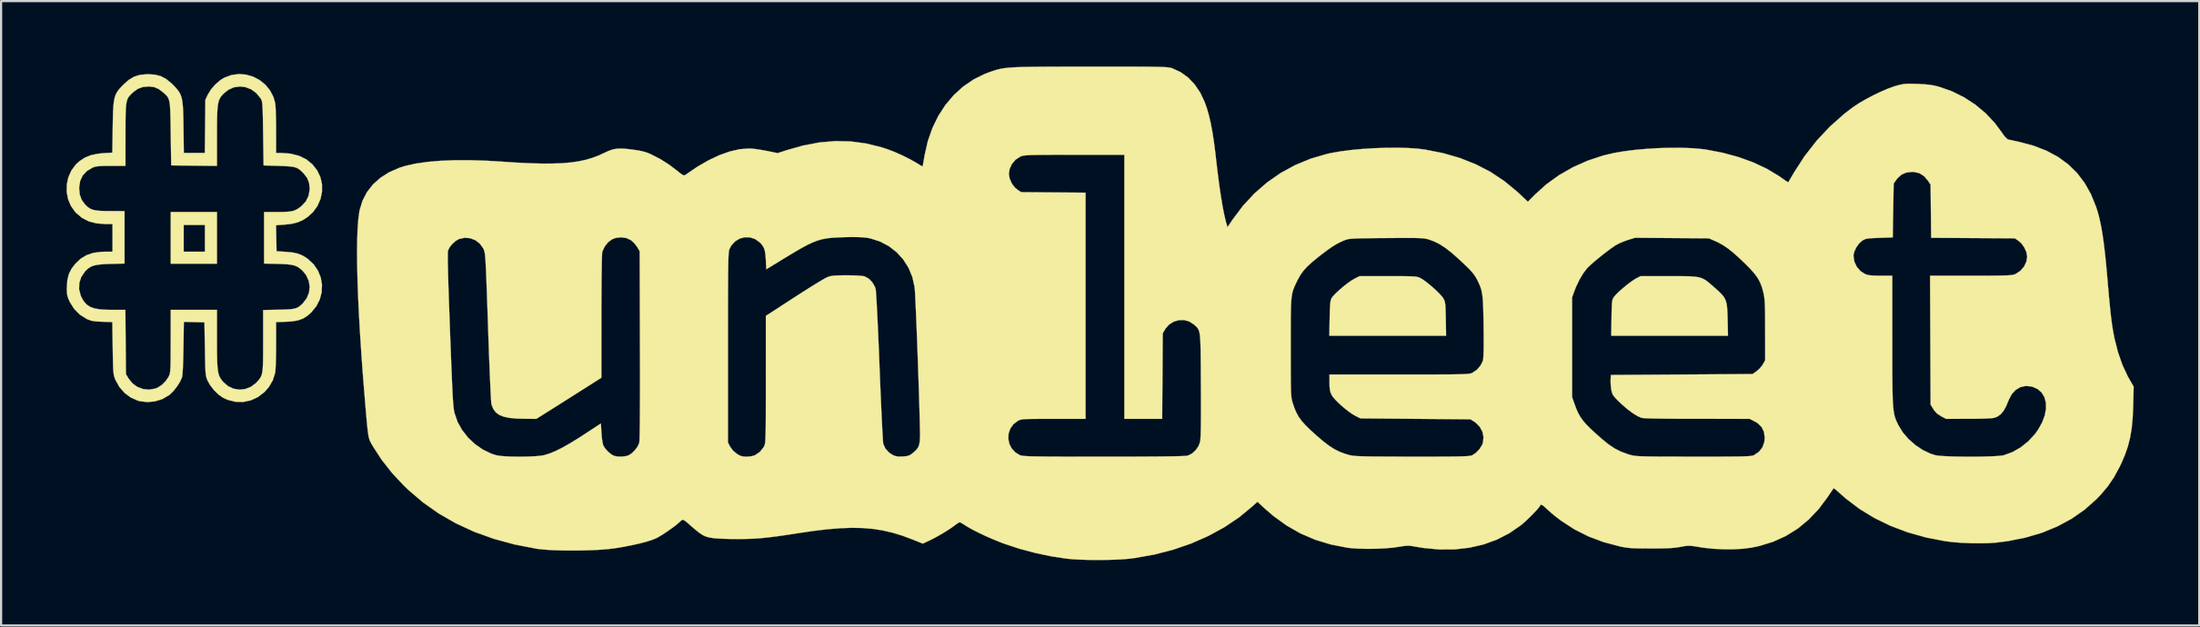
<source format=kicad_pcb>
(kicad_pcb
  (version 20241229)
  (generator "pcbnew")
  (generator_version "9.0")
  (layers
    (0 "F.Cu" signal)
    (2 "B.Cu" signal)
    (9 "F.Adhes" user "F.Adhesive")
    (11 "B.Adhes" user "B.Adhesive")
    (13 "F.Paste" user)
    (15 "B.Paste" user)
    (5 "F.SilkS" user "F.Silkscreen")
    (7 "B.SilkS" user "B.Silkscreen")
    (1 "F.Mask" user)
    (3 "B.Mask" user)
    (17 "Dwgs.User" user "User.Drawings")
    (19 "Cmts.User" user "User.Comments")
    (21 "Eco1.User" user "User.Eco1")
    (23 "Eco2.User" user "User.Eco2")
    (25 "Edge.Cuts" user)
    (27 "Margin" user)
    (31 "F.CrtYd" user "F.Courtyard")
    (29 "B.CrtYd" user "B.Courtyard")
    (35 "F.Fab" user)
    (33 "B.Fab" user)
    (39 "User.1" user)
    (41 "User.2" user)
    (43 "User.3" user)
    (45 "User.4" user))
  (footprint "F.Silk_g8169"
    (layer "F.Cu")
    (at 46.174 20.006)
    (property "Reference" "F.Silk_g8169" (at 0 0 0) (layer "F.SilkS") (effects (font (size 1.524 1.524) (thickness 0.3))))
    (attr through_hole)
    (fp_poly (pts (xy -39.285 -10.964) (xy -41.402 -10.964) (xy -41.402 -12.742) (xy -40.809 -12.742) (xy -40.809 -11.515) (xy -39.836 -11.515) (xy -39.836 -12.742) (xy -40.809 -12.742) (xy -41.402 -12.742) (xy -41.402 -13.335) (xy -39.285 -13.335) (xy -39.285 -10.964)) (stroke (width 0.01) (type solid)) (fill yes) (layer "F.SilkS"))
    (fp_poly (pts (xy 27.951 -10.391) (xy 28.208 -10.385) (xy 28.413 -10.37) (xy 28.579 -10.346) (xy 28.718 -10.308) (xy 28.839 -10.253) (xy 28.955 -10.18) (xy 29.077 -10.084) (xy 29.217 -9.963) (xy 29.336 -9.858) (xy 29.52 -9.692) (xy 29.659 -9.554) (xy 29.76 -9.426) (xy 29.829 -9.292) (xy 29.874 -9.137) (xy 29.9 -8.944) (xy 29.914 -8.697) (xy 29.922 -8.414) (xy 29.939 -7.662) (xy 24.591 -7.662) (xy 24.604 -8.481) (xy 24.609 -8.765) (xy 24.615 -8.977) (xy 24.623 -9.131) (xy 24.634 -9.241) (xy 24.652 -9.318) (xy 24.676 -9.377) (xy 24.708 -9.431) (xy 24.717 -9.444) (xy 24.81 -9.552) (xy 24.954 -9.693) (xy 25.13 -9.848) (xy 25.32 -10.004) (xy 25.505 -10.144) (xy 25.665 -10.252) (xy 25.727 -10.287) (xy 25.929 -10.393) (xy 27.241 -10.393) (xy 27.633 -10.393) (xy 27.951 -10.391)) (stroke (width 0.01) (type solid)) (fill yes) (layer "F.SilkS"))
    (fp_poly (pts (xy 14.741 -10.393) (xy 15.034 -10.392) (xy 15.263 -10.389) (xy 15.438 -10.385) (xy 15.568 -10.378) (xy 15.663 -10.367) (xy 15.734 -10.352) (xy 15.79 -10.333) (xy 15.842 -10.309) (xy 15.863 -10.297) (xy 16.006 -10.207) (xy 16.181 -10.076) (xy 16.369 -9.92) (xy 16.553 -9.755) (xy 16.715 -9.596) (xy 16.838 -9.46) (xy 16.891 -9.386) (xy 16.929 -9.318) (xy 16.957 -9.252) (xy 16.976 -9.172) (xy 16.99 -9.064) (xy 16.999 -8.915) (xy 17.005 -8.709) (xy 17.011 -8.435) (xy 17.025 -7.662) (xy 11.677 -7.662) (xy 11.691 -8.456) (xy 11.698 -8.747) (xy 11.706 -8.967) (xy 11.717 -9.128) (xy 11.732 -9.243) (xy 11.753 -9.325) (xy 11.78 -9.387) (xy 11.857 -9.489) (xy 11.987 -9.624) (xy 12.153 -9.777) (xy 12.338 -9.934) (xy 12.526 -10.081) (xy 12.699 -10.201) (xy 12.827 -10.276) (xy 13.06 -10.393) (xy 14.372 -10.393) (xy 14.741 -10.393)) (stroke (width 0.01) (type solid)) (fill yes) (layer "F.SilkS"))
    (fp_poly (pts (xy -37.95 -19.634) (xy -37.629 -19.541) (xy -37.334 -19.387) (xy -37.073 -19.177) (xy -36.857 -18.917) (xy -36.699 -18.613) (xy -36.619 -18.334) (xy -36.607 -18.227) (xy -36.596 -18.051) (xy -36.587 -17.82) (xy -36.58 -17.55) (xy -36.577 -17.256) (xy -36.576 -17.076) (xy -36.576 -16.044) (xy -36.354 -16.043) (xy -35.912 -16.01) (xy -35.526 -15.912) (xy -35.193 -15.75) (xy -34.914 -15.523) (xy -34.695 -15.244) (xy -34.546 -14.932) (xy -34.472 -14.601) (xy -34.472 -14.263) (xy -34.542 -13.93) (xy -34.68 -13.616) (xy -34.883 -13.333) (xy -35.115 -13.12) (xy -35.349 -12.966) (xy -35.591 -12.86) (xy -35.864 -12.793) (xy -36.173 -12.758) (xy -36.578 -12.73) (xy -36.567 -12.133) (xy -36.555 -11.536) (xy -36.132 -11.509) (xy -35.833 -11.481) (xy -35.594 -11.431) (xy -35.389 -11.352) (xy -35.194 -11.237) (xy -35.114 -11.179) (xy -34.85 -10.93) (xy -34.655 -10.642) (xy -34.529 -10.327) (xy -34.473 -9.995) (xy -34.488 -9.659) (xy -34.574 -9.328) (xy -34.733 -9.016) (xy -34.958 -8.739) (xy -35.153 -8.567) (xy -35.352 -8.445) (xy -35.576 -8.366) (xy -35.845 -8.321) (xy -36.1 -8.305) (xy -36.576 -8.288) (xy -36.576 -7.24) (xy -36.578 -6.936) (xy -36.583 -6.648) (xy -36.59 -6.389) (xy -36.6 -6.176) (xy -36.611 -6.024) (xy -36.619 -5.964) (xy -36.726 -5.622) (xy -36.908 -5.308) (xy -37.112 -5.077) (xy -37.41 -4.85) (xy -37.736 -4.699) (xy -38.08 -4.626) (xy -38.433 -4.633) (xy -38.784 -4.72) (xy -39.004 -4.819) (xy -39.217 -4.968) (xy -39.426 -5.174) (xy -39.606 -5.412) (xy -39.705 -5.588) (xy -39.736 -5.657) (xy -39.761 -5.722) (xy -39.781 -5.794) (xy -39.796 -5.883) (xy -39.807 -6.001) (xy -39.816 -6.157) (xy -39.822 -6.363) (xy -39.828 -6.631) (xy -39.834 -6.97) (xy -39.836 -7.048) (xy -39.857 -8.276) (xy -40.33 -8.288) (xy -40.802 -8.3) (xy -40.82 -7.103) (xy -40.828 -6.701) (xy -40.838 -6.361) (xy -40.851 -6.089) (xy -40.866 -5.89) (xy -40.883 -5.769) (xy -40.888 -5.75) (xy -40.977 -5.552) (xy -41.115 -5.335) (xy -41.278 -5.129) (xy -41.447 -4.963) (xy -41.491 -4.929) (xy -41.792 -4.757) (xy -42.127 -4.653) (xy -42.476 -4.62) (xy -42.819 -4.662) (xy -42.904 -4.685) (xy -43.231 -4.828) (xy -43.519 -5.042) (xy -43.758 -5.317) (xy -43.938 -5.644) (xy -43.95 -5.673) (xy -43.977 -5.746) (xy -43.999 -5.822) (xy -44.016 -5.909) (xy -44.029 -6.02) (xy -44.039 -6.166) (xy -44.046 -6.358) (xy -44.052 -6.608) (xy -44.057 -6.925) (xy -44.06 -7.097) (xy -44.077 -8.288) (xy -44.549 -8.305) (xy -44.771 -8.316) (xy -44.934 -8.332) (xy -45.06 -8.358) (xy -45.176 -8.399) (xy -45.264 -8.439) (xy -45.569 -8.633) (xy -45.825 -8.891) (xy -46.022 -9.203) (xy -46.029 -9.219) (xy -46.096 -9.369) (xy -46.136 -9.493) (xy -46.156 -9.623) (xy -46.162 -9.791) (xy -46.162 -9.792) (xy -45.601 -9.792) (xy -45.526 -9.503) (xy -45.49 -9.422) (xy -45.382 -9.236) (xy -45.255 -9.093) (xy -45.098 -8.987) (xy -44.898 -8.915) (xy -44.645 -8.871) (xy -44.327 -8.851) (xy -44.108 -8.848) (xy -43.48 -8.848) (xy -43.468 -7.377) (xy -43.455 -5.905) (xy -43.338 -5.706) (xy -43.16 -5.482) (xy -42.934 -5.318) (xy -42.675 -5.219) (xy -42.399 -5.19) (xy -42.121 -5.237) (xy -41.999 -5.284) (xy -41.813 -5.404) (xy -41.639 -5.577) (xy -41.504 -5.773) (xy -41.483 -5.817) (xy -41.461 -5.87) (xy -41.444 -5.932) (xy -41.431 -6.011) (xy -41.42 -6.118) (xy -41.413 -6.261) (xy -41.408 -6.45) (xy -41.405 -6.695) (xy -41.404 -7.006) (xy -41.403 -7.391) (xy -41.403 -7.419) (xy -41.402 -8.848) (xy -39.285 -8.848) (xy -39.285 -7.501) (xy -39.285 -7.083) (xy -39.281 -6.74) (xy -39.274 -6.462) (xy -39.262 -6.24) (xy -39.242 -6.064) (xy -39.215 -5.924) (xy -39.177 -5.812) (xy -39.129 -5.716) (xy -39.067 -5.628) (xy -38.992 -5.538) (xy -38.988 -5.534) (xy -38.773 -5.348) (xy -38.526 -5.234) (xy -38.261 -5.19) (xy -37.994 -5.217) (xy -37.738 -5.315) (xy -37.509 -5.484) (xy -37.465 -5.529) (xy -37.389 -5.613) (xy -37.327 -5.689) (xy -37.278 -5.767) (xy -37.24 -5.855) (xy -37.212 -5.964) (xy -37.193 -6.104) (xy -37.18 -6.283) (xy -37.173 -6.513) (xy -37.17 -6.801) (xy -37.169 -7.159) (xy -37.169 -7.425) (xy -37.169 -8.841) (xy -36.46 -8.855) (xy -36.169 -8.863) (xy -35.948 -8.875) (xy -35.782 -8.895) (xy -35.654 -8.929) (xy -35.55 -8.979) (xy -35.455 -9.05) (xy -35.354 -9.145) (xy -35.346 -9.153) (xy -35.169 -9.385) (xy -35.066 -9.644) (xy -35.037 -9.916) (xy -35.082 -10.187) (xy -35.2 -10.442) (xy -35.348 -10.626) (xy -35.468 -10.736) (xy -35.584 -10.818) (xy -35.713 -10.876) (xy -35.871 -10.915) (xy -36.074 -10.939) (xy -36.338 -10.953) (xy -36.481 -10.957) (xy -37.126 -10.973) (xy -37.126 -13.335) (xy -36.511 -13.335) (xy -36.227 -13.338) (xy -36.01 -13.35) (xy -35.842 -13.374) (xy -35.705 -13.417) (xy -35.583 -13.481) (xy -35.457 -13.571) (xy -35.408 -13.611) (xy -35.211 -13.824) (xy -35.086 -14.079) (xy -35.037 -14.37) (xy -35.037 -14.413) (xy -35.064 -14.675) (xy -35.153 -14.898) (xy -35.314 -15.106) (xy -35.341 -15.134) (xy -35.446 -15.236) (xy -35.543 -15.311) (xy -35.645 -15.365) (xy -35.768 -15.401) (xy -35.929 -15.424) (xy -36.142 -15.439) (xy -36.422 -15.45) (xy -36.449 -15.451) (xy -37.148 -15.473) (xy -37.169 -16.933) (xy -37.175 -17.324) (xy -37.18 -17.64) (xy -37.186 -17.889) (xy -37.192 -18.081) (xy -37.201 -18.226) (xy -37.211 -18.331) (xy -37.224 -18.408) (xy -37.241 -18.464) (xy -37.262 -18.509) (xy -37.282 -18.542) (xy -37.479 -18.786) (xy -37.718 -18.962) (xy -37.992 -19.065) (xy -38.227 -19.09) (xy -38.508 -19.053) (xy -38.763 -18.939) (xy -38.983 -18.76) (xy -39.06 -18.679) (xy -39.122 -18.597) (xy -39.172 -18.507) (xy -39.211 -18.398) (xy -39.24 -18.262) (xy -39.26 -18.088) (xy -39.273 -17.867) (xy -39.281 -17.591) (xy -39.284 -17.249) (xy -39.285 -16.832) (xy -39.285 -16.798) (xy -39.285 -15.45) (xy -41.381 -15.473) (xy -41.402 -16.933) (xy -41.408 -17.342) (xy -41.414 -17.674) (xy -41.422 -17.941) (xy -41.433 -18.152) (xy -41.449 -18.315) (xy -41.473 -18.44) (xy -41.504 -18.536) (xy -41.546 -18.613) (xy -41.6 -18.68) (xy -41.667 -18.746) (xy -41.743 -18.814) (xy -41.954 -18.974) (xy -42.163 -19.063) (xy -42.395 -19.092) (xy -42.406 -19.092) (xy -42.678 -19.067) (xy -42.905 -18.986) (xy -43.111 -18.839) (xy -43.127 -18.825) (xy -43.216 -18.742) (xy -43.287 -18.667) (xy -43.345 -18.59) (xy -43.389 -18.501) (xy -43.422 -18.391) (xy -43.445 -18.25) (xy -43.46 -18.07) (xy -43.469 -17.84) (xy -43.474 -17.551) (xy -43.475 -17.194) (xy -43.475 -16.88) (xy -43.476 -15.452) (xy -44.143 -15.451) (xy -44.411 -15.449) (xy -44.609 -15.443) (xy -44.755 -15.431) (xy -44.862 -15.413) (xy -44.947 -15.386) (xy -44.979 -15.373) (xy -45.242 -15.215) (xy -45.432 -15.014) (xy -45.55 -14.768) (xy -45.597 -14.476) (xy -45.598 -14.422) (xy -45.57 -14.131) (xy -45.48 -13.888) (xy -45.326 -13.679) (xy -45.217 -13.574) (xy -45.108 -13.497) (xy -44.983 -13.442) (xy -44.827 -13.407) (xy -44.625 -13.388) (xy -44.362 -13.379) (xy -44.185 -13.378) (xy -43.519 -13.377) (xy -43.519 -10.973) (xy -44.164 -10.957) (xy -44.478 -10.944) (xy -44.723 -10.921) (xy -44.912 -10.884) (xy -45.062 -10.828) (xy -45.186 -10.748) (xy -45.301 -10.64) (xy -45.334 -10.604) (xy -45.503 -10.352) (xy -45.592 -10.078) (xy -45.601 -9.792) (xy -46.162 -9.792) (xy -46.161 -9.885) (xy -46.138 -10.215) (xy -46.069 -10.492) (xy -45.944 -10.74) (xy -45.781 -10.954) (xy -45.536 -11.188) (xy -45.263 -11.355) (xy -44.952 -11.461) (xy -44.589 -11.509) (xy -44.418 -11.514) (xy -44.069 -11.515) (xy -44.069 -12.785) (xy -44.399 -12.785) (xy -44.805 -12.815) (xy -45.158 -12.907) (xy -45.465 -13.065) (xy -45.734 -13.291) (xy -45.781 -13.341) (xy -45.98 -13.622) (xy -46.109 -13.936) (xy -46.169 -14.268) (xy -46.162 -14.606) (xy -46.089 -14.936) (xy -45.95 -15.244) (xy -45.747 -15.517) (xy -45.585 -15.665) (xy -45.337 -15.828) (xy -45.059 -15.94) (xy -44.733 -16.008) (xy -44.489 -16.032) (xy -44.077 -16.057) (xy -44.06 -17.225) (xy -44.053 -17.622) (xy -44.043 -17.946) (xy -44.028 -18.207) (xy -44.004 -18.416) (xy -43.969 -18.586) (xy -43.92 -18.726) (xy -43.854 -18.849) (xy -43.768 -18.964) (xy -43.66 -19.084) (xy -43.565 -19.181) (xy -43.323 -19.394) (xy -43.084 -19.537) (xy -42.825 -19.62) (xy -42.523 -19.651) (xy -42.439 -19.653) (xy -42.123 -19.632) (xy -41.855 -19.563) (xy -41.614 -19.435) (xy -41.375 -19.24) (xy -41.313 -19.181) (xy -41.186 -19.05) (xy -41.084 -18.932) (xy -41.003 -18.816) (xy -40.942 -18.69) (xy -40.896 -18.543) (xy -40.865 -18.365) (xy -40.844 -18.144) (xy -40.831 -17.868) (xy -40.822 -17.528) (xy -40.818 -17.219) (xy -40.803 -16.044) (xy -39.84 -16.044) (xy -39.827 -17.261) (xy -39.815 -18.479) (xy -39.7 -18.723) (xy -39.557 -18.956) (xy -39.359 -19.184) (xy -39.131 -19.38) (xy -38.947 -19.494) (xy -38.619 -19.616) (xy -38.283 -19.661) (xy -37.95 -19.634)) (stroke (width 0.01) (type solid)) (fill yes) (layer "F.SilkS"))
    (fp_poly (pts (xy 2.365 -20.001) (xy 2.778 -20) (xy 3.129 -19.998) (xy 3.423 -19.996) (xy 3.667 -19.993) (xy 3.867 -19.989) (xy 4.027 -19.984) (xy 4.153 -19.977) (xy 4.252 -19.97) (xy 4.329 -19.961) (xy 4.39 -19.95) (xy 4.439 -19.938) (xy 4.484 -19.923) (xy 4.487 -19.922) (xy 4.865 -19.747) (xy 5.208 -19.499) (xy 5.509 -19.182) (xy 5.765 -18.803) (xy 5.964 -18.379) (xy 6.067 -18.088) (xy 6.158 -17.771) (xy 6.24 -17.418) (xy 6.316 -17.018) (xy 6.387 -16.561) (xy 6.455 -16.037) (xy 6.497 -15.663) (xy 6.566 -15.076) (xy 6.638 -14.526) (xy 6.713 -14.024) (xy 6.789 -13.577) (xy 6.864 -13.195) (xy 6.938 -12.886) (xy 6.957 -12.819) (xy 7.01 -12.638) (xy 7.236 -12.976) (xy 7.711 -13.611) (xy 8.24 -14.182) (xy 8.818 -14.686) (xy 9.444 -15.123) (xy 10.113 -15.488) (xy 10.822 -15.78) (xy 11.568 -15.998) (xy 11.769 -16.042) (xy 12.197 -16.117) (xy 12.68 -16.178) (xy 13.199 -16.227) (xy 13.737 -16.26) (xy 14.277 -16.279) (xy 14.801 -16.282) (xy 15.291 -16.269) (xy 15.731 -16.239) (xy 16.044 -16.2) (xy 16.88 -16.036) (xy 17.658 -15.811) (xy 18.384 -15.524) (xy 19.06 -15.173) (xy 19.69 -14.755) (xy 20.279 -14.27) (xy 20.382 -14.175) (xy 20.772 -13.806) (xy 21.086 -14.124) (xy 21.612 -14.6) (xy 22.198 -15.023) (xy 22.835 -15.388) (xy 23.512 -15.69) (xy 24.218 -15.924) (xy 24.703 -16.039) (xy 25.16 -16.118) (xy 25.667 -16.182) (xy 26.206 -16.231) (xy 26.76 -16.264) (xy 27.311 -16.28) (xy 27.84 -16.279) (xy 28.329 -16.259) (xy 28.762 -16.221) (xy 28.914 -16.201) (xy 29.686 -16.054) (xy 30.415 -15.857) (xy 31.093 -15.612) (xy 31.714 -15.321) (xy 32.268 -14.988) (xy 32.373 -14.915) (xy 32.512 -14.817) (xy 32.623 -14.742) (xy 32.689 -14.702) (xy 32.701 -14.698) (xy 32.725 -14.738) (xy 32.782 -14.835) (xy 32.865 -14.976) (xy 32.957 -15.134) (xy 33.448 -15.895) (xy 34.001 -16.604) (xy 34.612 -17.256) (xy 35.276 -17.844) (xy 35.67 -18.144) (xy 35.932 -18.318) (xy 36.243 -18.5) (xy 36.581 -18.679) (xy 36.924 -18.844) (xy 37.25 -18.985) (xy 37.539 -19.091) (xy 37.628 -19.118) (xy 37.794 -19.163) (xy 37.931 -19.193) (xy 38.064 -19.21) (xy 38.214 -19.217) (xy 38.405 -19.215) (xy 38.623 -19.208) (xy 38.923 -19.192) (xy 39.166 -19.169) (xy 39.378 -19.134) (xy 39.587 -19.083) (xy 39.607 -19.078) (xy 40.188 -18.875) (xy 40.744 -18.6) (xy 41.265 -18.262) (xy 41.739 -17.867) (xy 42.155 -17.425) (xy 42.435 -17.05) (xy 42.57 -16.858) (xy 42.68 -16.727) (xy 42.759 -16.665) (xy 42.771 -16.661) (xy 42.85 -16.644) (xy 42.989 -16.614) (xy 43.166 -16.576) (xy 43.286 -16.55) (xy 43.943 -16.373) (xy 44.535 -16.143) (xy 45.063 -15.859) (xy 45.528 -15.519) (xy 45.933 -15.122) (xy 46.279 -14.666) (xy 46.569 -14.149) (xy 46.803 -13.57) (xy 46.884 -13.314) (xy 46.956 -13.042) (xy 47.022 -12.736) (xy 47.084 -12.39) (xy 47.142 -11.995) (xy 47.198 -11.542) (xy 47.253 -11.023) (xy 47.307 -10.431) (xy 47.326 -10.212) (xy 47.37 -9.702) (xy 47.41 -9.266) (xy 47.447 -8.894) (xy 47.482 -8.574) (xy 47.516 -8.296) (xy 47.552 -8.05) (xy 47.59 -7.825) (xy 47.631 -7.61) (xy 47.646 -7.534) (xy 47.805 -6.909) (xy 48.007 -6.329) (xy 48.248 -5.81) (xy 48.332 -5.66) (xy 48.524 -5.33) (xy 48.502 -4.432) (xy 48.478 -3.895) (xy 48.433 -3.421) (xy 48.362 -2.994) (xy 48.261 -2.593) (xy 48.126 -2.202) (xy 47.953 -1.801) (xy 47.874 -1.637) (xy 47.62 -1.171) (xy 47.34 -0.759) (xy 47.014 -0.371) (xy 46.82 -0.169) (xy 46.281 0.31) (xy 45.685 0.726) (xy 45.034 1.079) (xy 44.329 1.369) (xy 43.57 1.594) (xy 42.758 1.755) (xy 42.227 1.823) (xy 41.891 1.846) (xy 41.499 1.855) (xy 41.077 1.85) (xy 40.654 1.832) (xy 40.255 1.802) (xy 39.908 1.76) (xy 39.899 1.759) (xy 39.02 1.589) (xy 38.184 1.355) (xy 37.393 1.057) (xy 36.652 0.698) (xy 35.967 0.28) (xy 35.34 -0.195) (xy 35.124 -0.385) (xy 34.987 -0.507) (xy 34.876 -0.603) (xy 34.802 -0.66) (xy 34.779 -0.672) (xy 34.751 -0.632) (xy 34.687 -0.537) (xy 34.595 -0.402) (xy 34.507 -0.269) (xy 34.09 0.288) (xy 33.631 0.772) (xy 33.131 1.183) (xy 32.587 1.521) (xy 32 1.786) (xy 31.369 1.98) (xy 31.009 2.055) (xy 30.632 2.104) (xy 30.2 2.128) (xy 29.74 2.129) (xy 29.278 2.106) (xy 28.841 2.061) (xy 28.687 2.037) (xy 28.462 2) (xy 28.296 1.977) (xy 28.168 1.968) (xy 28.052 1.972) (xy 27.926 1.989) (xy 27.767 2.018) (xy 27.756 2.02) (xy 27.592 2.047) (xy 27.41 2.066) (xy 27.197 2.08) (xy 26.937 2.088) (xy 26.616 2.092) (xy 26.395 2.092) (xy 26.064 2.091) (xy 25.801 2.087) (xy 25.592 2.08) (xy 25.419 2.068) (xy 25.267 2.049) (xy 25.119 2.025) (xy 24.986 1.997) (xy 24.24 1.799) (xy 23.548 1.54) (xy 22.902 1.214) (xy 22.296 0.82) (xy 22.013 0.604) (xy 21.858 0.475) (xy 21.714 0.349) (xy 21.603 0.247) (xy 21.571 0.216) (xy 21.473 0.129) (xy 21.391 0.086) (xy 21.343 0.094) (xy 21.336 0.118) (xy 21.307 0.172) (xy 21.227 0.27) (xy 21.11 0.4) (xy 20.968 0.548) (xy 20.813 0.701) (xy 20.659 0.848) (xy 20.516 0.974) (xy 20.456 1.023) (xy 19.929 1.388) (xy 19.358 1.683) (xy 18.746 1.906) (xy 18.098 2.056) (xy 17.417 2.134) (xy 16.705 2.137) (xy 15.968 2.066) (xy 15.61 2.006) (xy 15.437 1.977) (xy 15.3 1.964) (xy 15.165 1.969) (xy 15 1.993) (xy 14.886 2.012) (xy 14.583 2.055) (xy 14.223 2.085) (xy 13.83 2.104) (xy 13.429 2.109) (xy 13.044 2.101) (xy 12.701 2.08) (xy 12.497 2.056) (xy 11.736 1.907) (xy 11.023 1.69) (xy 10.351 1.4) (xy 9.714 1.036) (xy 9.105 0.595) (xy 8.689 0.234) (xy 8.382 -0.051) (xy 8.145 0.166) (xy 7.535 0.668) (xy 6.862 1.12) (xy 6.131 1.519) (xy 5.351 1.862) (xy 4.527 2.146) (xy 3.665 2.369) (xy 2.773 2.528) (xy 2.517 2.561) (xy 2.222 2.587) (xy 1.864 2.605) (xy 1.466 2.616) (xy 1.049 2.619) (xy 0.633 2.615) (xy 0.24 2.603) (xy -0.108 2.583) (xy -0.368 2.558) (xy -1.086 2.448) (xy -1.82 2.292) (xy -2.542 2.098) (xy -3.22 1.873) (xy -3.401 1.805) (xy -3.742 1.665) (xy -4.08 1.517) (xy -4.398 1.366) (xy -4.678 1.223) (xy -4.904 1.096) (xy -4.989 1.042) (xy -5.112 0.963) (xy -5.21 0.907) (xy -5.258 0.889) (xy -5.314 0.913) (xy -5.408 0.975) (xy -5.457 1.013) (xy -5.633 1.141) (xy -5.861 1.29) (xy -6.114 1.443) (xy -6.367 1.586) (xy -6.595 1.704) (xy -6.639 1.724) (xy -6.948 1.868) (xy -7.422 1.678) (xy -7.876 1.508) (xy -8.321 1.372) (xy -8.766 1.268) (xy -9.221 1.195) (xy -9.696 1.154) (xy -10.201 1.144) (xy -10.747 1.164) (xy -11.342 1.213) (xy -11.997 1.292) (xy -12.706 1.397) (xy -13.191 1.472) (xy -13.608 1.532) (xy -13.973 1.578) (xy -14.301 1.613) (xy -14.608 1.637) (xy -14.91 1.651) (xy -15.221 1.658) (xy -15.452 1.659) (xy -15.733 1.657) (xy -16.01 1.65) (xy -16.261 1.639) (xy -16.466 1.625) (xy -16.595 1.611) (xy -16.761 1.581) (xy -16.903 1.538) (xy -17.038 1.473) (xy -17.183 1.377) (xy -17.357 1.239) (xy -17.529 1.091) (xy -17.696 0.944) (xy -17.813 0.846) (xy -17.892 0.792) (xy -17.948 0.776) (xy -17.995 0.793) (xy -18.047 0.838) (xy -18.086 0.875) (xy -18.232 1.002) (xy -18.429 1.152) (xy -18.65 1.308) (xy -18.872 1.455) (xy -19.071 1.574) (xy -19.147 1.615) (xy -19.34 1.695) (xy -19.606 1.78) (xy -19.932 1.865) (xy -20.306 1.948) (xy -20.716 2.027) (xy -21.04 2.081) (xy -21.343 2.118) (xy -21.708 2.148) (xy -22.118 2.169) (xy -22.554 2.182) (xy -23.001 2.186) (xy -23.44 2.182) (xy -23.854 2.17) (xy -24.225 2.148) (xy -24.536 2.118) (xy -24.638 2.104) (xy -25.643 1.91) (xy -26.594 1.652) (xy -27.49 1.33) (xy -28.331 0.943) (xy -29.119 0.491) (xy -29.852 -0.026) (xy -30.532 -0.607) (xy -30.715 -0.783) (xy -31.263 -1.369) (xy -31.735 -1.969) (xy -32.141 -2.593) (xy -32.209 -2.712) (xy -32.246 -2.779) (xy -32.277 -2.843) (xy -32.303 -2.913) (xy -32.327 -2.997) (xy -32.348 -3.105) (xy -32.369 -3.244) (xy -32.39 -3.424) (xy -32.413 -3.652) (xy -32.439 -3.939) (xy -32.469 -4.291) (xy -32.506 -4.719) (xy -32.509 -4.763) (xy -32.593 -5.796) (xy -32.665 -6.782) (xy -32.726 -7.716) (xy -32.777 -8.596) (xy -32.816 -9.418) (xy -32.844 -10.18) (xy -32.86 -10.878) (xy -32.864 -11.356) (xy -28.711 -11.356) (xy -28.71 -11.144) (xy -28.706 -10.856) (xy -28.697 -10.493) (xy -28.685 -10.052) (xy -28.668 -9.531) (xy -28.647 -8.929) (xy -28.622 -8.245) (xy -28.618 -8.132) (xy -28.594 -7.484) (xy -28.572 -6.916) (xy -28.553 -6.42) (xy -28.535 -5.993) (xy -28.52 -5.626) (xy -28.506 -5.316) (xy -28.493 -5.056) (xy -28.482 -4.841) (xy -28.47 -4.664) (xy -28.459 -4.52) (xy -28.448 -4.404) (xy -28.437 -4.309) (xy -28.424 -4.231) (xy -28.411 -4.162) (xy -28.398 -4.106) (xy -28.263 -3.714) (xy -28.055 -3.34) (xy -27.785 -2.996) (xy -27.464 -2.693) (xy -27.102 -2.442) (xy -26.712 -2.254) (xy -26.492 -2.183) (xy -26.342 -2.156) (xy -26.126 -2.136) (xy -25.863 -2.123) (xy -25.57 -2.117) (xy -25.266 -2.117) (xy -24.97 -2.124) (xy -24.699 -2.137) (xy -24.472 -2.157) (xy -24.308 -2.183) (xy -24.302 -2.185) (xy -24.053 -2.26) (xy -23.775 -2.375) (xy -23.46 -2.532) (xy -23.1 -2.736) (xy -22.688 -2.99) (xy -22.479 -3.126) (xy -21.696 -3.638) (xy -21.671 -3.205) (xy -21.654 -3.004) (xy -21.629 -2.819) (xy -21.599 -2.676) (xy -21.582 -2.624) (xy -21.493 -2.483) (xy -21.357 -2.336) (xy -21.205 -2.215) (xy -21.096 -2.156) (xy -20.945 -2.125) (xy -20.755 -2.119) (xy -20.566 -2.138) (xy -20.435 -2.174) (xy -20.284 -2.269) (xy -20.135 -2.417) (xy -20.011 -2.587) (xy -19.94 -2.746) (xy -19.932 -2.814) (xy -19.925 -2.952) (xy -19.919 -3.161) (xy -19.914 -3.444) (xy -19.91 -3.802) (xy -19.907 -4.235) (xy -19.905 -4.747) (xy -19.904 -5.338) (xy -19.904 -6.01) (xy -19.905 -6.764) (xy -19.906 -7.12) (xy -15.875 -7.12) (xy -15.875 -2.765) (xy -15.777 -2.578) (xy -15.652 -2.406) (xy -15.479 -2.256) (xy -15.476 -2.254) (xy -15.338 -2.171) (xy -15.216 -2.13) (xy -15.064 -2.117) (xy -15.021 -2.117) (xy -14.837 -2.13) (xy -14.681 -2.166) (xy -14.635 -2.185) (xy -14.41 -2.338) (xy -14.246 -2.543) (xy -14.22 -2.591) (xy -14.204 -2.625) (xy -14.191 -2.665) (xy -14.179 -2.717) (xy -14.169 -2.787) (xy -14.161 -2.881) (xy -14.155 -3.007) (xy -14.15 -3.17) (xy -14.146 -3.375) (xy -14.143 -3.63) (xy -14.141 -3.941) (xy -14.14 -4.314) (xy -14.139 -4.755) (xy -14.139 -5.27) (xy -14.139 -5.66) (xy -14.138 -8.572) (xy -12.841 -9.415) (xy -12.535 -9.612) (xy -12.243 -9.798) (xy -11.974 -9.967) (xy -11.738 -10.112) (xy -11.544 -10.227) (xy -11.403 -10.307) (xy -11.329 -10.345) (xy -11.234 -10.379) (xy -11.135 -10.402) (xy -11.013 -10.418) (xy -10.853 -10.427) (xy -10.638 -10.431) (xy -10.435 -10.432) (xy -10.111 -10.428) (xy -9.858 -10.416) (xy -9.679 -10.396) (xy -9.602 -10.379) (xy -9.42 -10.276) (xy -9.262 -10.113) (xy -9.146 -9.913) (xy -9.108 -9.796) (xy -9.099 -9.721) (xy -9.088 -9.569) (xy -9.074 -9.346) (xy -9.057 -9.059) (xy -9.04 -8.715) (xy -9.02 -8.321) (xy -9 -7.884) (xy -8.979 -7.41) (xy -8.958 -6.906) (xy -8.937 -6.38) (xy -8.931 -6.223) (xy -8.91 -5.693) (xy -8.889 -5.185) (xy -8.868 -4.705) (xy -8.848 -4.261) (xy -8.829 -3.858) (xy -8.812 -3.504) (xy -8.796 -3.206) (xy -8.782 -2.97) (xy -8.77 -2.804) (xy -8.762 -2.712) (xy -8.759 -2.701) (xy -8.663 -2.491) (xy -8.5 -2.31) (xy -8.327 -2.195) (xy -8.204 -2.144) (xy -8.072 -2.122) (xy -7.897 -2.123) (xy -7.869 -2.124) (xy -7.699 -2.14) (xy -7.581 -2.17) (xy -7.48 -2.226) (xy -7.424 -2.269) (xy -7.272 -2.401) (xy -7.173 -2.522) (xy -7.116 -2.655) (xy -7.087 -2.828) (xy -7.08 -2.941) (xy -3.032 -2.941) (xy -2.985 -2.709) (xy -2.878 -2.495) (xy -2.712 -2.315) (xy -2.519 -2.196) (xy -2.486 -2.182) (xy -2.445 -2.17) (xy -2.392 -2.16) (xy -2.321 -2.151) (xy -2.227 -2.144) (xy -2.104 -2.137) (xy -1.946 -2.132) (xy -1.748 -2.128) (xy -1.505 -2.125) (xy -1.21 -2.122) (xy -0.86 -2.121) (xy -0.448 -2.119) (xy 0.032 -2.119) (xy 0.584 -2.118) (xy 1.215 -2.118) (xy 1.333 -2.118) (xy 2.07 -2.118) (xy 2.724 -2.119) (xy 3.296 -2.122) (xy 3.79 -2.125) (xy 4.206 -2.129) (xy 4.547 -2.134) (xy 4.814 -2.14) (xy 5.009 -2.148) (xy 5.134 -2.156) (xy 5.186 -2.164) (xy 5.378 -2.256) (xy 5.55 -2.411) (xy 5.685 -2.606) (xy 5.757 -2.801) (xy 5.768 -2.888) (xy 5.778 -3.031) (xy 5.785 -3.235) (xy 5.791 -3.504) (xy 5.794 -3.842) (xy 5.795 -4.252) (xy 5.795 -4.739) (xy 5.793 -5.305) (xy 5.792 -5.397) (xy 5.789 -5.919) (xy 5.787 -6.363) (xy 5.783 -6.737) (xy 5.779 -7.047) (xy 5.772 -7.3) (xy 5.768 -7.388) (xy 9.906 -7.388) (xy 9.906 -7.13) (xy 9.906 -6.634) (xy 9.907 -6.216) (xy 9.908 -5.867) (xy 9.91 -5.58) (xy 9.913 -5.347) (xy 9.918 -5.161) (xy 9.924 -5.014) (xy 9.933 -4.898) (xy 9.944 -4.806) (xy 9.957 -4.73) (xy 9.973 -4.663) (xy 9.992 -4.597) (xy 9.995 -4.587) (xy 10.078 -4.342) (xy 10.169 -4.13) (xy 10.277 -3.937) (xy 10.414 -3.75) (xy 10.589 -3.553) (xy 10.813 -3.335) (xy 11.091 -3.083) (xy 11.394 -2.825) (xy 11.659 -2.622) (xy 11.902 -2.465) (xy 12.139 -2.345) (xy 12.385 -2.251) (xy 12.557 -2.2) (xy 12.622 -2.184) (xy 12.692 -2.17) (xy 12.775 -2.159) (xy 12.877 -2.149) (xy 13.005 -2.141) (xy 13.166 -2.135) (xy 13.368 -2.13) (xy 13.616 -2.126) (xy 13.918 -2.123) (xy 14.281 -2.122) (xy 14.711 -2.12) (xy 15.216 -2.119) (xy 15.466 -2.119) (xy 16.009 -2.119) (xy 16.474 -2.119) (xy 16.866 -2.12) (xy 17.193 -2.122) (xy 17.462 -2.125) (xy 17.678 -2.129) (xy 17.847 -2.134) (xy 17.978 -2.141) (xy 18.075 -2.149) (xy 18.145 -2.16) (xy 18.195 -2.172) (xy 18.228 -2.185) (xy 18.4 -2.301) (xy 18.558 -2.468) (xy 18.675 -2.656) (xy 18.713 -2.757) (xy 18.74 -3.013) (xy 18.69 -3.262) (xy 18.567 -3.488) (xy 18.379 -3.678) (xy 18.303 -3.73) (xy 18.14 -3.831) (xy 15.621 -3.852) (xy 13.102 -3.873) (xy 12.869 -3.989) (xy 12.701 -4.089) (xy 12.507 -4.228) (xy 12.306 -4.392) (xy 12.114 -4.564) (xy 11.948 -4.731) (xy 11.826 -4.877) (xy 11.779 -4.952) (xy 11.729 -5.069) (xy 11.7 -5.194) (xy 11.686 -5.355) (xy 11.684 -5.512) (xy 11.684 -5.884) (xy 14.882 -5.884) (xy 15.479 -5.884) (xy 15.997 -5.885) (xy 16.443 -5.885) (xy 16.821 -5.887) (xy 17.138 -5.888) (xy 17.401 -5.891) (xy 17.614 -5.895) (xy 17.784 -5.899) (xy 17.916 -5.905) (xy 18.017 -5.913) (xy 18.093 -5.922) (xy 18.149 -5.932) (xy 18.191 -5.944) (xy 18.225 -5.959) (xy 18.241 -5.967) (xy 18.438 -6.105) (xy 18.6 -6.291) (xy 18.704 -6.497) (xy 18.713 -6.527) (xy 18.729 -6.625) (xy 18.739 -6.792) (xy 18.746 -7.033) (xy 18.748 -7.349) (xy 18.747 -7.744) (xy 18.743 -8.083) (xy 18.737 -8.499) (xy 18.729 -8.84) (xy 18.719 -9.119) (xy 18.705 -9.345) (xy 18.697 -9.419) (xy 22.797 -9.419) (xy 22.797 -4.847) (xy 22.916 -4.509) (xy 22.997 -4.294) (xy 23.082 -4.106) (xy 23.18 -3.934) (xy 23.3 -3.766) (xy 23.451 -3.592) (xy 23.642 -3.4) (xy 23.882 -3.178) (xy 24.169 -2.924) (xy 24.47 -2.679) (xy 24.75 -2.492) (xy 25.036 -2.348) (xy 25.351 -2.232) (xy 25.4 -2.217) (xy 25.466 -2.197) (xy 25.53 -2.181) (xy 25.598 -2.167) (xy 25.678 -2.155) (xy 25.776 -2.145) (xy 25.899 -2.138) (xy 26.054 -2.132) (xy 26.249 -2.128) (xy 26.49 -2.124) (xy 26.784 -2.122) (xy 27.138 -2.121) (xy 27.559 -2.12) (xy 28.055 -2.119) (xy 28.355 -2.119) (xy 28.899 -2.119) (xy 29.365 -2.119) (xy 29.759 -2.12) (xy 30.087 -2.122) (xy 30.356 -2.124) (xy 30.573 -2.128) (xy 30.744 -2.134) (xy 30.874 -2.14) (xy 30.972 -2.149) (xy 31.042 -2.159) (xy 31.091 -2.171) (xy 31.127 -2.185) (xy 31.128 -2.185) (xy 31.359 -2.342) (xy 31.517 -2.544) (xy 31.605 -2.79) (xy 31.623 -2.996) (xy 31.586 -3.259) (xy 31.477 -3.479) (xy 31.295 -3.656) (xy 31.154 -3.74) (xy 30.929 -3.852) (xy 28.535 -3.853) (xy 27.986 -3.853) (xy 27.494 -3.856) (xy 27.064 -3.86) (xy 26.7 -3.865) (xy 26.406 -3.871) (xy 26.185 -3.879) (xy 26.041 -3.888) (xy 25.985 -3.896) (xy 25.805 -3.972) (xy 25.585 -4.106) (xy 25.34 -4.288) (xy 25.082 -4.511) (xy 24.98 -4.607) (xy 24.83 -4.755) (xy 24.73 -4.865) (xy 24.667 -4.955) (xy 24.628 -5.043) (xy 24.601 -5.15) (xy 24.597 -5.172) (xy 24.571 -5.357) (xy 24.56 -5.554) (xy 24.562 -5.638) (xy 24.575 -5.863) (xy 31.065 -5.905) (xy 31.249 -6.034) (xy 31.383 -6.152) (xy 31.503 -6.296) (xy 31.538 -6.352) (xy 31.644 -6.54) (xy 31.643 -7.916) (xy 31.642 -8.312) (xy 31.64 -8.633) (xy 31.636 -8.891) (xy 31.629 -9.097) (xy 31.619 -9.262) (xy 31.606 -9.396) (xy 31.589 -9.509) (xy 31.568 -9.613) (xy 31.567 -9.618) (xy 31.498 -9.877) (xy 31.414 -10.099) (xy 31.305 -10.302) (xy 31.16 -10.504) (xy 30.968 -10.722) (xy 30.737 -10.956) (xy 30.431 -11.247) (xy 30.342 -11.326) (xy 35.687 -11.326) (xy 35.727 -11.063) (xy 35.838 -10.824) (xy 36.01 -10.626) (xy 36.216 -10.493) (xy 36.31 -10.458) (xy 36.425 -10.435) (xy 36.579 -10.422) (xy 36.79 -10.416) (xy 36.925 -10.415) (xy 37.465 -10.414) (xy 37.466 -7.44) (xy 37.466 -6.833) (xy 37.467 -6.303) (xy 37.468 -5.846) (xy 37.471 -5.453) (xy 37.476 -5.12) (xy 37.483 -4.838) (xy 37.493 -4.603) (xy 37.507 -4.406) (xy 37.524 -4.243) (xy 37.545 -4.106) (xy 37.571 -3.989) (xy 37.602 -3.885) (xy 37.638 -3.789) (xy 37.681 -3.692) (xy 37.73 -3.59) (xy 37.747 -3.556) (xy 37.947 -3.231) (xy 38.212 -2.924) (xy 38.524 -2.649) (xy 38.866 -2.42) (xy 39.221 -2.252) (xy 39.44 -2.184) (xy 39.571 -2.163) (xy 39.773 -2.146) (xy 40.03 -2.133) (xy 40.329 -2.123) (xy 40.657 -2.118) (xy 40.998 -2.115) (xy 41.339 -2.117) (xy 41.667 -2.122) (xy 41.967 -2.131) (xy 42.225 -2.143) (xy 42.427 -2.159) (xy 42.56 -2.179) (xy 42.568 -2.181) (xy 42.963 -2.323) (xy 43.342 -2.539) (xy 43.693 -2.819) (xy 44.001 -3.152) (xy 44.151 -3.361) (xy 44.334 -3.691) (xy 44.453 -4.012) (xy 44.509 -4.317) (xy 44.503 -4.598) (xy 44.436 -4.847) (xy 44.309 -5.056) (xy 44.124 -5.219) (xy 43.882 -5.326) (xy 43.848 -5.335) (xy 43.587 -5.361) (xy 43.342 -5.309) (xy 43.125 -5.183) (xy 42.943 -4.989) (xy 42.808 -4.734) (xy 42.804 -4.723) (xy 42.682 -4.431) (xy 42.56 -4.213) (xy 42.428 -4.057) (xy 42.277 -3.952) (xy 42.131 -3.897) (xy 42.043 -3.884) (xy 41.884 -3.873) (xy 41.667 -3.863) (xy 41.405 -3.857) (xy 41.113 -3.853) (xy 40.952 -3.853) (xy 39.93 -3.852) (xy 39.704 -3.971) (xy 39.515 -4.095) (xy 39.375 -4.255) (xy 39.349 -4.295) (xy 39.222 -4.502) (xy 39.197 -10.414) (xy 41.072 -10.415) (xy 41.523 -10.415) (xy 41.897 -10.416) (xy 42.202 -10.418) (xy 42.446 -10.421) (xy 42.638 -10.426) (xy 42.786 -10.432) (xy 42.897 -10.441) (xy 42.979 -10.452) (xy 43.041 -10.466) (xy 43.09 -10.483) (xy 43.117 -10.494) (xy 43.337 -10.639) (xy 43.506 -10.836) (xy 43.613 -11.069) (xy 43.646 -11.293) (xy 43.611 -11.494) (xy 43.518 -11.704) (xy 43.385 -11.892) (xy 43.256 -12.007) (xy 43.082 -12.129) (xy 41.164 -12.14) (xy 39.247 -12.152) (xy 39.234 -13.371) (xy 39.222 -14.59) (xy 39.105 -14.767) (xy 38.924 -14.978) (xy 38.713 -15.113) (xy 38.464 -15.172) (xy 38.379 -15.176) (xy 38.107 -15.144) (xy 37.882 -15.046) (xy 37.698 -14.876) (xy 37.656 -14.82) (xy 37.529 -14.64) (xy 37.507 -13.406) (xy 37.486 -12.171) (xy 36.869 -12.15) (xy 36.625 -12.14) (xy 36.45 -12.13) (xy 36.325 -12.116) (xy 36.236 -12.096) (xy 36.164 -12.065) (xy 36.093 -12.023) (xy 36.08 -12.015) (xy 35.943 -11.889) (xy 35.82 -11.717) (xy 35.73 -11.528) (xy 35.688 -11.353) (xy 35.687 -11.326) (xy 30.342 -11.326) (xy 30.167 -11.482) (xy 29.932 -11.668) (xy 29.715 -11.815) (xy 29.505 -11.932) (xy 29.379 -11.991) (xy 29.062 -12.129) (xy 27.37 -12.141) (xy 25.679 -12.154) (xy 25.338 -12.048) (xy 25.145 -11.979) (xy 24.953 -11.896) (xy 24.8 -11.815) (xy 24.787 -11.807) (xy 24.616 -11.691) (xy 24.411 -11.54) (xy 24.19 -11.369) (xy 23.969 -11.19) (xy 23.765 -11.018) (xy 23.597 -10.868) (xy 23.481 -10.752) (xy 23.481 -10.751) (xy 23.308 -10.525) (xy 23.137 -10.238) (xy 22.982 -9.915) (xy 22.895 -9.694) (xy 22.797 -9.419) (xy 18.697 -9.419) (xy 18.685 -9.53) (xy 18.659 -9.685) (xy 18.624 -9.819) (xy 18.58 -9.945) (xy 18.524 -10.073) (xy 18.473 -10.181) (xy 18.405 -10.31) (xy 18.331 -10.429) (xy 18.239 -10.549) (xy 18.121 -10.682) (xy 17.966 -10.839) (xy 17.763 -11.032) (xy 17.586 -11.196) (xy 17.271 -11.474) (xy 16.991 -11.692) (xy 16.732 -11.859) (xy 16.48 -11.985) (xy 16.242 -12.073) (xy 16.172 -12.093) (xy 16.098 -12.11) (xy 16.013 -12.123) (xy 15.906 -12.133) (xy 15.77 -12.139) (xy 15.595 -12.144) (xy 15.372 -12.146) (xy 15.092 -12.146) (xy 14.746 -12.144) (xy 14.325 -12.141) (xy 14.287 -12.141) (xy 13.864 -12.138) (xy 13.517 -12.134) (xy 13.236 -12.131) (xy 13.013 -12.126) (xy 12.839 -12.12) (xy 12.705 -12.111) (xy 12.603 -12.101) (xy 12.523 -12.087) (xy 12.456 -12.069) (xy 12.393 -12.048) (xy 12.34 -12.027) (xy 12.161 -11.948) (xy 11.98 -11.851) (xy 11.785 -11.729) (xy 11.561 -11.571) (xy 11.295 -11.369) (xy 11.146 -11.252) (xy 10.87 -11.025) (xy 10.654 -10.825) (xy 10.484 -10.635) (xy 10.345 -10.44) (xy 10.224 -10.223) (xy 10.186 -10.146) (xy 10.127 -10.021) (xy 10.077 -9.911) (xy 10.035 -9.807) (xy 10 -9.702) (xy 9.973 -9.588) (xy 9.951 -9.457) (xy 9.935 -9.3) (xy 9.923 -9.111) (xy 9.915 -8.88) (xy 9.91 -8.601) (xy 9.907 -8.264) (xy 9.906 -7.863) (xy 9.906 -7.388) (xy 5.768 -7.388) (xy 5.762 -7.503) (xy 5.748 -7.663) (xy 5.73 -7.788) (xy 5.706 -7.883) (xy 5.675 -7.957) (xy 5.638 -8.016) (xy 5.593 -8.068) (xy 5.538 -8.118) (xy 5.475 -8.174) (xy 5.466 -8.182) (xy 5.258 -8.317) (xy 5.025 -8.381) (xy 4.784 -8.378) (xy 4.55 -8.31) (xy 4.34 -8.18) (xy 4.172 -7.991) (xy 4.146 -7.948) (xy 4.043 -7.768) (xy 4.031 -5.81) (xy 4.018 -3.852) (xy 2.286 -3.852) (xy 2.286 -15.96) (xy -0.011 -15.959) (xy -0.512 -15.958) (xy -0.937 -15.958) (xy -1.29 -15.956) (xy -1.581 -15.954) (xy -1.815 -15.951) (xy -2.001 -15.946) (xy -2.144 -15.94) (xy -2.253 -15.931) (xy -2.334 -15.921) (xy -2.394 -15.909) (xy -2.442 -15.894) (xy -2.477 -15.879) (xy -2.696 -15.736) (xy -2.865 -15.54) (xy -2.972 -15.309) (xy -3.005 -15.083) (xy -2.969 -14.866) (xy -2.873 -14.647) (xy -2.733 -14.459) (xy -2.62 -14.364) (xy -2.441 -14.245) (xy -0.966 -14.233) (xy 0.508 -14.221) (xy 0.508 -3.852) (xy -0.963 -3.852) (xy -1.355 -3.851) (xy -1.672 -3.85) (xy -1.922 -3.848) (xy -2.116 -3.845) (xy -2.261 -3.839) (xy -2.369 -3.83) (xy -2.447 -3.818) (xy -2.506 -3.802) (xy -2.554 -3.782) (xy -2.601 -3.757) (xy -2.602 -3.756) (xy -2.803 -3.598) (xy -2.942 -3.4) (xy -3.018 -3.176) (xy -3.032 -2.941) (xy -7.08 -2.941) (xy -7.077 -2.998) (xy -7.075 -3.114) (xy -7.077 -3.305) (xy -7.082 -3.561) (xy -7.09 -3.875) (xy -7.1 -4.238) (xy -7.112 -4.643) (xy -7.125 -5.079) (xy -7.14 -5.54) (xy -7.157 -6.016) (xy -7.174 -6.5) (xy -7.191 -6.982) (xy -7.209 -7.455) (xy -7.227 -7.911) (xy -7.244 -8.34) (xy -7.261 -8.735) (xy -7.277 -9.086) (xy -7.291 -9.387) (xy -7.304 -9.628) (xy -7.315 -9.801) (xy -7.324 -9.896) (xy -7.427 -10.355) (xy -7.602 -10.779) (xy -7.844 -11.16) (xy -8.145 -11.491) (xy -8.499 -11.767) (xy -8.899 -11.979) (xy -9.339 -12.122) (xy -9.5 -12.154) (xy -9.692 -12.175) (xy -9.96 -12.185) (xy -10.293 -12.186) (xy -10.558 -12.18) (xy -10.861 -12.169) (xy -11.122 -12.153) (xy -11.353 -12.126) (xy -11.566 -12.085) (xy -11.774 -12.026) (xy -11.987 -11.944) (xy -12.219 -11.836) (xy -12.48 -11.696) (xy -12.784 -11.521) (xy -13.142 -11.305) (xy -13.314 -11.201) (xy -14.118 -10.709) (xy -14.139 -11.144) (xy -14.158 -11.393) (xy -14.19 -11.579) (xy -14.243 -11.722) (xy -14.324 -11.844) (xy -14.421 -11.946) (xy -14.634 -12.096) (xy -14.868 -12.172) (xy -15.107 -12.178) (xy -15.338 -12.116) (xy -15.546 -11.989) (xy -15.718 -11.802) (xy -15.809 -11.632) (xy -15.82 -11.599) (xy -15.829 -11.551) (xy -15.838 -11.484) (xy -15.845 -11.391) (xy -15.851 -11.269) (xy -15.857 -11.113) (xy -15.861 -10.917) (xy -15.865 -10.677) (xy -15.868 -10.388) (xy -15.87 -10.045) (xy -15.872 -9.644) (xy -15.873 -9.179) (xy -15.874 -8.645) (xy -15.875 -8.038) (xy -15.875 -7.352) (xy -15.875 -7.12) (xy -19.906 -7.12) (xy -19.906 -7.225) (xy -19.918 -11.536) (xy -20.032 -11.729) (xy -20.138 -11.873) (xy -20.271 -12.006) (xy -20.323 -12.046) (xy -20.53 -12.142) (xy -20.769 -12.176) (xy -21.012 -12.148) (xy -21.188 -12.082) (xy -21.365 -11.949) (xy -21.516 -11.761) (xy -21.618 -11.548) (xy -21.634 -11.49) (xy -21.641 -11.42) (xy -21.647 -11.273) (xy -21.653 -11.056) (xy -21.658 -10.776) (xy -21.663 -10.443) (xy -21.667 -10.062) (xy -21.67 -9.642) (xy -21.672 -9.191) (xy -21.674 -8.714) (xy -21.674 -8.53) (xy -21.675 -5.736) (xy -22.741 -5.059) (xy -23.036 -4.872) (xy -23.331 -4.685) (xy -23.61 -4.508) (xy -23.862 -4.349) (xy -24.071 -4.217) (xy -24.223 -4.122) (xy -24.231 -4.117) (xy -24.653 -3.852) (xy -25.143 -3.853) (xy -25.551 -3.864) (xy -25.884 -3.895) (xy -26.151 -3.951) (xy -26.357 -4.036) (xy -26.513 -4.152) (xy -26.624 -4.302) (xy -26.7 -4.49) (xy -26.71 -4.525) (xy -26.717 -4.592) (xy -26.728 -4.736) (xy -26.74 -4.95) (xy -26.754 -5.229) (xy -26.769 -5.564) (xy -26.786 -5.949) (xy -26.803 -6.376) (xy -26.821 -6.84) (xy -26.839 -7.333) (xy -26.857 -7.847) (xy -26.857 -7.853) (xy -26.879 -8.488) (xy -26.898 -9.045) (xy -26.915 -9.528) (xy -26.93 -9.943) (xy -26.943 -10.296) (xy -26.956 -10.592) (xy -26.967 -10.837) (xy -26.978 -11.037) (xy -26.989 -11.197) (xy -27 -11.323) (xy -27.011 -11.42) (xy -27.023 -11.494) (xy -27.037 -11.55) (xy -27.052 -11.595) (xy -27.068 -11.634) (xy -27.087 -11.672) (xy -27.089 -11.674) (xy -27.242 -11.887) (xy -27.444 -12.042) (xy -27.68 -12.133) (xy -27.932 -12.155) (xy -28.185 -12.101) (xy -28.21 -12.091) (xy -28.364 -11.998) (xy -28.514 -11.859) (xy -28.636 -11.702) (xy -28.7 -11.565) (xy -28.708 -11.496) (xy -28.711 -11.356) (xy -32.864 -11.356) (xy -32.865 -11.509) (xy -32.859 -12.071) (xy -32.841 -12.559) (xy -32.811 -12.971) (xy -32.769 -13.303) (xy -32.747 -13.425) (xy -32.616 -13.856) (xy -32.412 -14.248) (xy -32.138 -14.598) (xy -31.798 -14.903) (xy -31.396 -15.158) (xy -30.934 -15.361) (xy -30.649 -15.451) (xy -30.191 -15.553) (xy -29.657 -15.631) (xy -29.055 -15.683) (xy -28.391 -15.71) (xy -27.67 -15.71) (xy -26.899 -15.685) (xy -26.289 -15.648) (xy -25.588 -15.602) (xy -24.962 -15.571) (xy -24.405 -15.555) (xy -23.909 -15.556) (xy -23.466 -15.573) (xy -23.069 -15.607) (xy -22.71 -15.66) (xy -22.382 -15.731) (xy -22.077 -15.821) (xy -21.788 -15.931) (xy -21.526 -16.052) (xy -21.326 -16.144) (xy -21.145 -16.205) (xy -20.961 -16.238) (xy -20.754 -16.245) (xy -20.504 -16.228) (xy -20.234 -16.195) (xy -19.971 -16.156) (xy -19.767 -16.114) (xy -19.594 -16.062) (xy -19.426 -15.993) (xy -19.392 -15.977) (xy -18.959 -15.754) (xy -18.564 -15.502) (xy -18.231 -15.249) (xy -18.079 -15.128) (xy -17.978 -15.054) (xy -17.911 -15.02) (xy -17.863 -15.017) (xy -17.82 -15.04) (xy -17.808 -15.048) (xy -17.28 -15.409) (xy -16.762 -15.708) (xy -16.261 -15.944) (xy -15.781 -16.114) (xy -15.328 -16.216) (xy -14.909 -16.247) (xy -14.736 -16.237) (xy -14.568 -16.216) (xy -14.353 -16.183) (xy -14.126 -16.142) (xy -14.027 -16.123) (xy -13.596 -16.035) (xy -13.201 -16.165) (xy -12.429 -16.384) (xy -11.683 -16.525) (xy -10.957 -16.587) (xy -10.246 -16.571) (xy -9.543 -16.477) (xy -8.843 -16.304) (xy -8.569 -16.215) (xy -8.245 -16.091) (xy -7.894 -15.935) (xy -7.55 -15.763) (xy -7.247 -15.593) (xy -7.197 -15.562) (xy -7.078 -15.488) (xy -6.991 -15.438) (xy -6.958 -15.423) (xy -6.948 -15.465) (xy -6.928 -15.574) (xy -6.9 -15.734) (xy -6.866 -15.929) (xy -6.865 -15.938) (xy -6.719 -16.582) (xy -6.509 -17.185) (xy -6.237 -17.742) (xy -5.909 -18.248) (xy -5.527 -18.698) (xy -5.096 -19.089) (xy -4.618 -19.415) (xy -4.098 -19.672) (xy -3.873 -19.756) (xy -3.752 -19.797) (xy -3.639 -19.834) (xy -3.53 -19.865) (xy -3.419 -19.893) (xy -3.298 -19.916) (xy -3.163 -19.936) (xy -3.008 -19.952) (xy -2.825 -19.965) (xy -2.61 -19.976) (xy -2.355 -19.984) (xy -2.056 -19.99) (xy -1.706 -19.994) (xy -1.298 -19.997) (xy -0.827 -19.999) (xy -0.287 -20) (xy 0.328 -20) (xy 0.699 -20.001) (xy 1.331 -20.001) (xy 1.885 -20.001) (xy 2.365 -20.001)) (stroke (width 0.01) (type solid)) (fill yes) (layer "F.SilkS")))
  (gr_rect
    (start -3 -3)
    (end 97.704 25.63)
    (stroke (width 0.1) (type default))
    (fill no)
    (layer "Edge.Cuts")))
</source>
